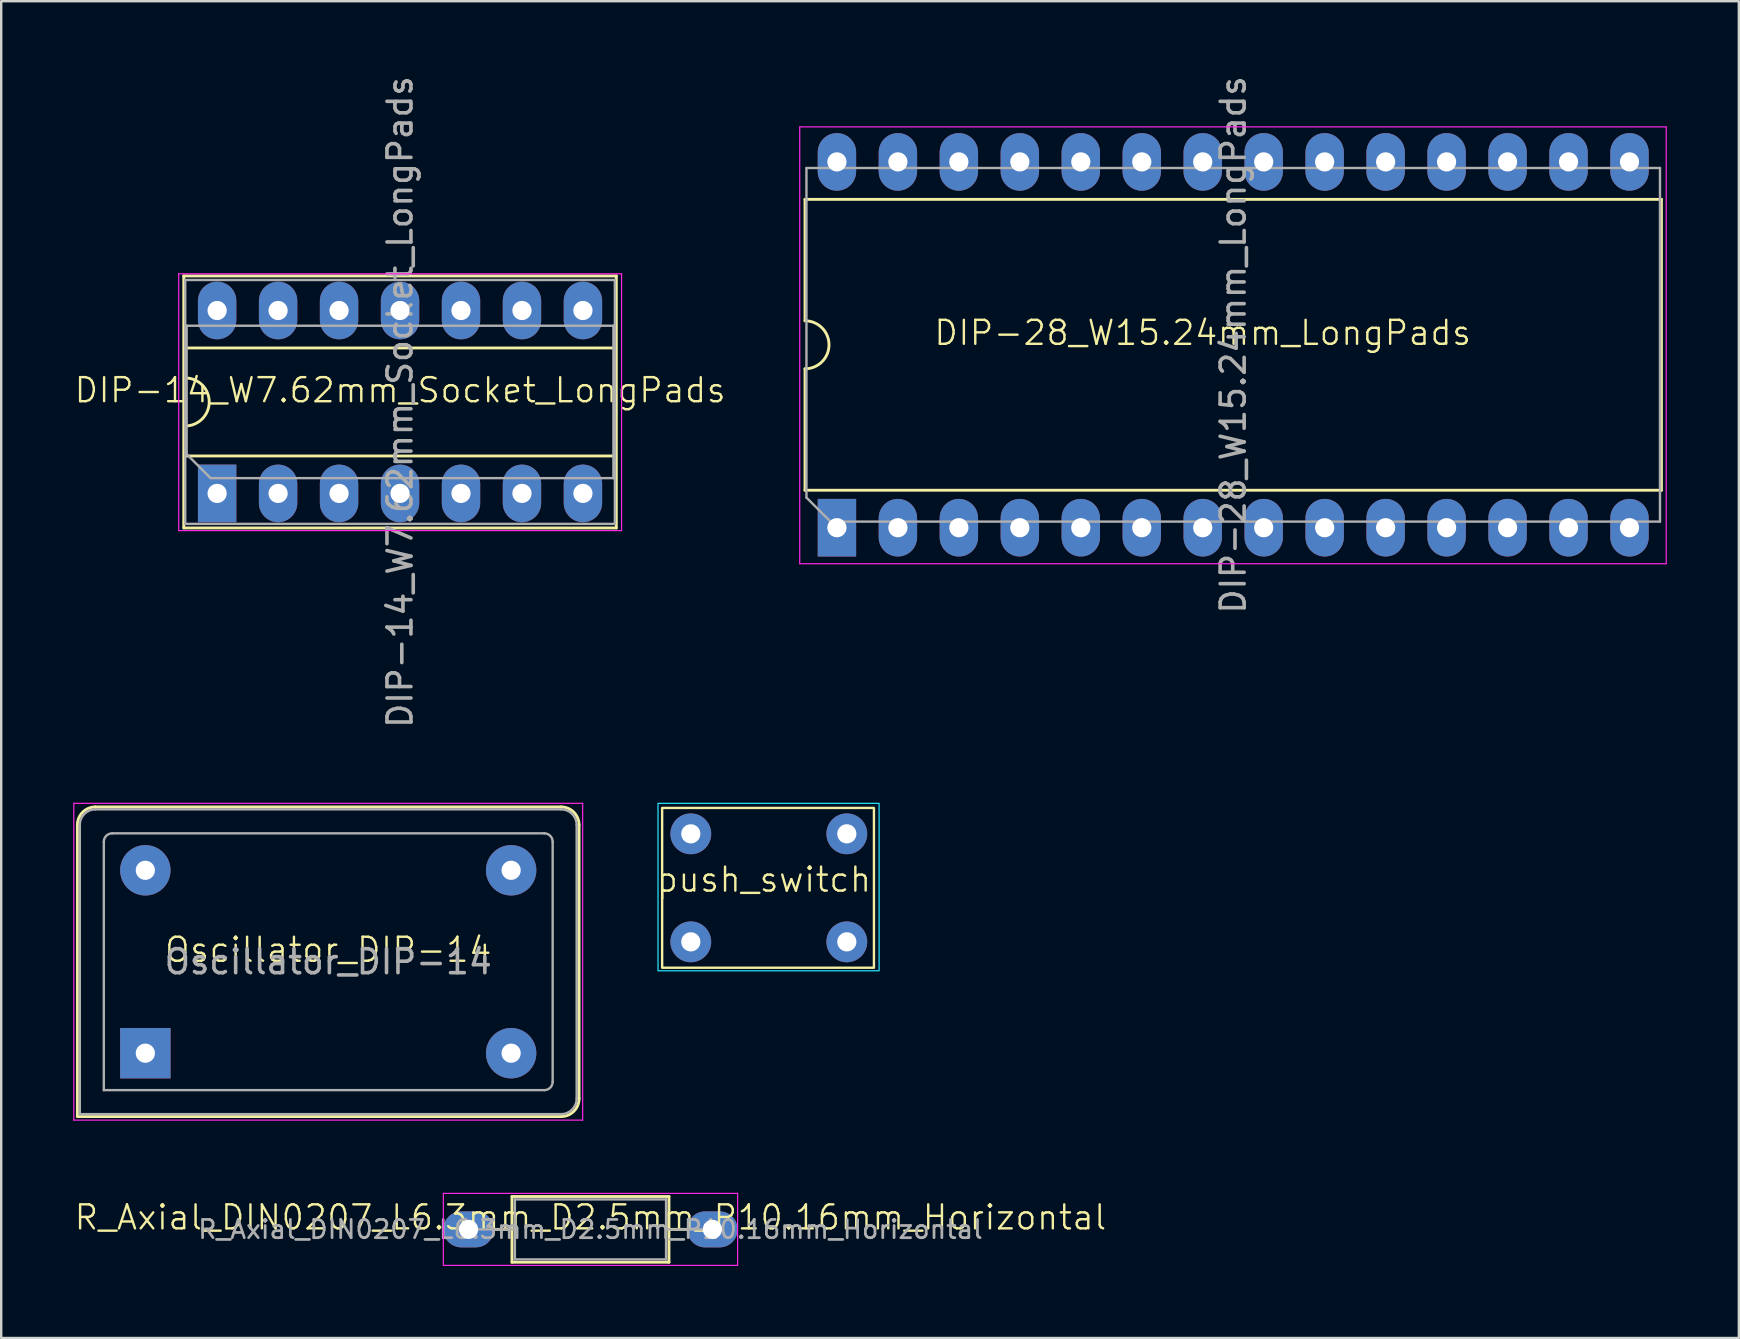
<source format=kicad_pcb>
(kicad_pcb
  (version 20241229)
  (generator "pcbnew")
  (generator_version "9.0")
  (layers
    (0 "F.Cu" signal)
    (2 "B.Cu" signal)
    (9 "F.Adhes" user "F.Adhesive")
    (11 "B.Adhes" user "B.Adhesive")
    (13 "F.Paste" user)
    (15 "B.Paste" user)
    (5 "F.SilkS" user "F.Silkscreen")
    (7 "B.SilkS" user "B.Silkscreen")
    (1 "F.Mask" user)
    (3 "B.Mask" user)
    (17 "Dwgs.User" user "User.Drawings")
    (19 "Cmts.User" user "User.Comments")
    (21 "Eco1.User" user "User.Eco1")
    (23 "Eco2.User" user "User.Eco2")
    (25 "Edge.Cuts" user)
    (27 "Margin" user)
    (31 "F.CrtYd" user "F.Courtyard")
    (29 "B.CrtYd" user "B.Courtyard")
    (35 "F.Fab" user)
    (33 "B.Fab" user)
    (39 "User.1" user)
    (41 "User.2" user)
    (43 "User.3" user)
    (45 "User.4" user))
  (footprint "R_Axial_DIN0207_L6.3mm_D2.5mm_P10.16mm_Horizontal"
    (layer "F.Cu")
    (at 21.55 48.168)
    (property "Reference" "R_Axial_DIN0207_L6.3mm_D2.5mm_P10.16mm_Horizontal" (at 0 -0.5 0) (unlocked yes) (layer "F.SilkS") (effects (font (size 1 1) (thickness 0.1))))
    (attr through_hole)
    (fp_line (start -4.04 0) (end -3.27 0) (stroke (width 0.12) (type solid)) (layer "F.SilkS"))
    (fp_line (start -3.27 -1.37) (end -3.27 1.37) (stroke (width 0.12) (type solid)) (layer "F.SilkS"))
    (fp_line (start -3.27 1.37) (end 3.27 1.37) (stroke (width 0.12) (type solid)) (layer "F.SilkS"))
    (fp_line (start 3.27 -1.37) (end -3.27 -1.37) (stroke (width 0.12) (type solid)) (layer "F.SilkS"))
    (fp_line (start 3.27 1.37) (end 3.27 -1.37) (stroke (width 0.12) (type solid)) (layer "F.SilkS"))
    (fp_line (start 4.04 0) (end 3.27 0) (stroke (width 0.12) (type solid)) (layer "F.SilkS"))
    (fp_line (start -6.13 -1.5) (end -6.13 1.5) (stroke (width 0.05) (type solid)) (layer "F.CrtYd"))
    (fp_line (start -6.13 1.5) (end 6.13 1.5) (stroke (width 0.05) (type solid)) (layer "F.CrtYd"))
    (fp_line (start 6.13 -1.5) (end -6.13 -1.5) (stroke (width 0.05) (type solid)) (layer "F.CrtYd"))
    (fp_line (start 6.13 1.5) (end 6.13 -1.5) (stroke (width 0.05) (type solid)) (layer "F.CrtYd"))
    (fp_line (start -5.08 0) (end -3.15 0) (stroke (width 0.1) (type solid)) (layer "F.Fab"))
    (fp_line (start -3.15 -1.25) (end -3.15 1.25) (stroke (width 0.1) (type solid)) (layer "F.Fab"))
    (fp_line (start -3.15 1.25) (end 3.15 1.25) (stroke (width 0.1) (type solid)) (layer "F.Fab"))
    (fp_line (start 3.15 -1.25) (end -3.15 -1.25) (stroke (width 0.1) (type solid)) (layer "F.Fab"))
    (fp_line (start 3.15 1.25) (end 3.15 -1.25) (stroke (width 0.1) (type solid)) (layer "F.Fab"))
    (fp_line (start 5.08 0) (end 3.15 0) (stroke (width 0.1) (type solid)) (layer "F.Fab"))
    (fp_text user "${REFERENCE}" (at 0 0 180) (layer "F.Fab") (effects (font (size 0.76 0.76) (thickness 0.114))))
    (pad "1" thru_hole oval (at 5.08 0 180) (size 2.1 1.5) (drill 0.8) (layers "*.Cu" "*.Mask"))
    (pad "2" thru_hole oval (at -5.08 0 180) (size 2.1 1.5) (drill 0.8) (layers "*.Cu" "*.Mask")))
  (footprint "push_switch"
    (layer "F.Cu")
    (at 28.776 34.096)
    (property "Reference" "push_switch" (at 0 -0.5 0) (unlocked yes) (layer "F.SilkS") (effects (font (size 1 1) (thickness 0.1))))
    (attr through_hole)
    (fp_rect (start -4.24 -3.485) (end 4.584 3.171) (stroke (width 0.1) (type default)) (fill no) (layer "F.SilkS"))
    (fp_rect (start -4.412 -3.678) (end 4.799 3.3) (stroke (width 0.05) (type default)) (fill no) (layer "B.CrtYd"))
    (pad "1" thru_hole circle (at -3.046 -2.407) (size 1.7 1.7) (drill 0.8) (layers "*.Cu" "*.Mask"))
    (pad "1" thru_hole circle (at 3.454 -2.407) (size 1.7 1.7) (drill 0.8) (layers "*.Cu" "*.Mask"))
    (pad "2" thru_hole circle (at -3.046 2.093) (size 1.7 1.7) (drill 0.8) (layers "*.Cu" "*.Mask"))
    (pad "2" thru_hole circle (at 3.454 2.093) (size 1.7 1.7) (drill 0.8) (layers "*.Cu" "*.Mask")))
  (footprint "DIP-28_W15.24mm_LongPads"
    (layer "F.Cu")
    (at 47.058 11.315)
    (property "Reference" "DIP-28_W15.24mm_LongPads" (at 0 -0.5 0) (unlocked yes) (layer "F.SilkS") (effects (font (size 1 1) (thickness 0.1))))
    (attr through_hole)
    (fp_line (start -16.57 -6.06) (end -16.57 -1) (stroke (width 0.12) (type solid)) (layer "F.SilkS"))
    (fp_line (start -16.57 1) (end -16.57 6.06) (stroke (width 0.12) (type solid)) (layer "F.SilkS"))
    (fp_line (start -16.57 6.06) (end 19.11 6.06) (stroke (width 0.12) (type solid)) (layer "F.SilkS"))
    (fp_line (start 19.11 -6.06) (end -16.57 -6.06) (stroke (width 0.12) (type solid)) (layer "F.SilkS"))
    (fp_line (start 19.11 6.06) (end 19.11 -6.06) (stroke (width 0.12) (type solid)) (layer "F.SilkS"))
    (fp_arc (start -16.57 -1) (mid -15.57 0) (end -16.57 1) (stroke (width 0.12) (type solid)) (layer "F.SilkS"))
    (fp_line (start -16.79 -9.08) (end -16.79 9.12) (stroke (width 0.05) (type solid)) (layer "F.CrtYd"))
    (fp_line (start -16.79 9.12) (end 19.31 9.12) (stroke (width 0.05) (type solid)) (layer "F.CrtYd"))
    (fp_line (start 19.31 -9.08) (end -16.79 -9.08) (stroke (width 0.05) (type solid)) (layer "F.CrtYd"))
    (fp_line (start 19.31 9.12) (end 19.31 -9.08) (stroke (width 0.05) (type solid)) (layer "F.CrtYd"))
    (fp_line (start -16.51 -7.365) (end 19.05 -7.365) (stroke (width 0.1) (type solid)) (layer "F.Fab"))
    (fp_line (start -16.51 6.365) (end -16.51 -7.365) (stroke (width 0.1) (type solid)) (layer "F.Fab"))
    (fp_line (start -15.51 7.365) (end -16.51 6.365) (stroke (width 0.1) (type solid)) (layer "F.Fab"))
    (fp_line (start 19.05 -7.365) (end 19.05 7.365) (stroke (width 0.1) (type solid)) (layer "F.Fab"))
    (fp_line (start 19.05 7.365) (end -15.51 7.365) (stroke (width 0.1) (type solid)) (layer "F.Fab"))
    (fp_text user "${REFERENCE}" (at 1.27 0 90) (layer "F.Fab") (effects (font (size 1 1) (thickness 0.15))))
    (pad "1" thru_hole rect (at -15.24 7.62 90) (size 2.4 1.6) (drill 0.8) (layers "*.Cu" "*.Mask"))
    (pad "2" thru_hole oval (at -12.7 7.62 90) (size 2.4 1.6) (drill 0.8) (layers "*.Cu" "*.Mask"))
    (pad "3" thru_hole oval (at -10.16 7.62 90) (size 2.4 1.6) (drill 0.8) (layers "*.Cu" "*.Mask"))
    (pad "4" thru_hole oval (at -7.62 7.62 90) (size 2.4 1.6) (drill 0.8) (layers "*.Cu" "*.Mask"))
    (pad "5" thru_hole oval (at -5.08 7.62 90) (size 2.4 1.6) (drill 0.8) (layers "*.Cu" "*.Mask"))
    (pad "6" thru_hole oval (at -2.54 7.62 90) (size 2.4 1.6) (drill 0.8) (layers "*.Cu" "*.Mask"))
    (pad "7" thru_hole oval (at 0 7.62 90) (size 2.4 1.6) (drill 0.8) (layers "*.Cu" "*.Mask"))
    (pad "8" thru_hole oval (at 2.54 7.62 90) (size 2.4 1.6) (drill 0.8) (layers "*.Cu" "*.Mask"))
    (pad "9" thru_hole oval (at 5.08 7.62 90) (size 2.4 1.6) (drill 0.8) (layers "*.Cu" "*.Mask"))
    (pad "10" thru_hole oval (at 7.62 7.62 90) (size 2.4 1.6) (drill 0.8) (layers "*.Cu" "*.Mask"))
    (pad "11" thru_hole oval (at 10.16 7.62 90) (size 2.4 1.6) (drill 0.8) (layers "*.Cu" "*.Mask"))
    (pad "12" thru_hole oval (at 12.7 7.62 90) (size 2.4 1.6) (drill 0.8) (layers "*.Cu" "*.Mask"))
    (pad "13" thru_hole oval (at 15.24 7.62 90) (size 2.4 1.6) (drill 0.8) (layers "*.Cu" "*.Mask"))
    (pad "14" thru_hole oval (at 17.78 7.62 90) (size 2.4 1.6) (drill 0.8) (layers "*.Cu" "*.Mask"))
    (pad "15" thru_hole oval (at 17.78 -7.62 90) (size 2.4 1.6) (drill 0.8) (layers "*.Cu" "*.Mask"))
    (pad "16" thru_hole oval (at 15.24 -7.62 90) (size 2.4 1.6) (drill 0.8) (layers "*.Cu" "*.Mask"))
    (pad "17" thru_hole oval (at 12.7 -7.62 90) (size 2.4 1.6) (drill 0.8) (layers "*.Cu" "*.Mask"))
    (pad "18" thru_hole oval (at 10.16 -7.62 90) (size 2.4 1.6) (drill 0.8) (layers "*.Cu" "*.Mask"))
    (pad "19" thru_hole oval (at 7.62 -7.62 90) (size 2.4 1.6) (drill 0.8) (layers "*.Cu" "*.Mask"))
    (pad "20" thru_hole oval (at 5.08 -7.62 90) (size 2.4 1.6) (drill 0.8) (layers "*.Cu" "*.Mask"))
    (pad "21" thru_hole oval (at 2.54 -7.62 90) (size 2.4 1.6) (drill 0.8) (layers "*.Cu" "*.Mask"))
    (pad "22" thru_hole oval (at 0 -7.62 90) (size 2.4 1.6) (drill 0.8) (layers "*.Cu" "*.Mask"))
    (pad "23" thru_hole oval (at -2.54 -7.62 90) (size 2.4 1.6) (drill 0.8) (layers "*.Cu" "*.Mask"))
    (pad "24" thru_hole oval (at -5.08 -7.62 90) (size 2.4 1.6) (drill 0.8) (layers "*.Cu" "*.Mask"))
    (pad "25" thru_hole oval (at -7.62 -7.62 90) (size 2.4 1.6) (drill 0.8) (layers "*.Cu" "*.Mask"))
    (pad "26" thru_hole oval (at -10.16 -7.62 90) (size 2.4 1.6) (drill 0.8) (layers "*.Cu" "*.Mask"))
    (pad "27" thru_hole oval (at -12.7 -7.62 90) (size 2.4 1.6) (drill 0.8) (layers "*.Cu" "*.Mask"))
    (pad "28" thru_hole oval (at -15.24 -7.62 90) (size 2.4 1.6) (drill 0.8) (layers "*.Cu" "*.Mask")))
  (footprint "DIP-14_W7.62mm_Socket_LongPads"
    (layer "F.Cu")
    (at 13.621 13.706)
    (property "Reference" "DIP-14_W7.62mm_Socket_LongPads" (at 0 -0.5 0) (unlocked yes) (layer "F.SilkS") (effects (font (size 1 1) (thickness 0.1))))
    (attr through_hole)
    (fp_line (start -9.015 -5.26) (end -9.015 5.24) (stroke (width 0.12) (type solid)) (layer "F.SilkS"))
    (fp_line (start -9.015 5.24) (end 9.005 5.24) (stroke (width 0.12) (type solid)) (layer "F.SilkS"))
    (fp_line (start -8.955 -2.26) (end -8.955 -1.01) (stroke (width 0.12) (type solid)) (layer "F.SilkS"))
    (fp_line (start -8.955 0.99) (end -8.955 2.24) (stroke (width 0.12) (type solid)) (layer "F.SilkS"))
    (fp_line (start -8.955 2.24) (end 8.945 2.24) (stroke (width 0.12) (type solid)) (layer "F.SilkS"))
    (fp_line (start 8.945 -2.26) (end -8.955 -2.26) (stroke (width 0.12) (type solid)) (layer "F.SilkS"))
    (fp_line (start 8.945 2.24) (end 8.945 -2.26) (stroke (width 0.12) (type solid)) (layer "F.SilkS"))
    (fp_line (start 9.005 -5.26) (end -9.015 -5.26) (stroke (width 0.12) (type solid)) (layer "F.SilkS"))
    (fp_line (start 9.005 5.24) (end 9.005 -5.26) (stroke (width 0.12) (type solid)) (layer "F.SilkS"))
    (fp_arc (start -8.955 -1.01) (mid -7.955 -0.01) (end -8.955 0.99) (stroke (width 0.12) (type solid)) (layer "F.SilkS"))
    (fp_line (start -9.225 -5.35) (end -9.225 5.35) (stroke (width 0.05) (type solid)) (layer "F.CrtYd"))
    (fp_line (start -9.225 5.35) (end 9.225 5.35) (stroke (width 0.05) (type solid)) (layer "F.CrtYd"))
    (fp_line (start 9.225 -5.35) (end -9.225 -5.35) (stroke (width 0.05) (type solid)) (layer "F.CrtYd"))
    (fp_line (start 9.225 5.35) (end 9.225 -5.35) (stroke (width 0.05) (type solid)) (layer "F.CrtYd"))
    (fp_line (start -8.955 -5.09) (end -8.955 5.07) (stroke (width 0.1) (type solid)) (layer "F.Fab"))
    (fp_line (start -8.955 5.07) (end 8.945 5.07) (stroke (width 0.1) (type solid)) (layer "F.Fab"))
    (fp_line (start -8.895 -3.185) (end 8.885 -3.185) (stroke (width 0.1) (type solid)) (layer "F.Fab"))
    (fp_line (start -8.895 2.165) (end -8.895 -3.185) (stroke (width 0.1) (type solid)) (layer "F.Fab"))
    (fp_line (start -7.895 3.165) (end -8.895 2.165) (stroke (width 0.1) (type solid)) (layer "F.Fab"))
    (fp_line (start 8.885 -3.185) (end 8.885 3.165) (stroke (width 0.1) (type solid)) (layer "F.Fab"))
    (fp_line (start 8.885 3.165) (end -7.895 3.165) (stroke (width 0.1) (type solid)) (layer "F.Fab"))
    (fp_line (start 8.945 -5.09) (end -8.955 -5.09) (stroke (width 0.1) (type solid)) (layer "F.Fab"))
    (fp_line (start 8.945 5.07) (end 8.945 -5.09) (stroke (width 0.1) (type solid)) (layer "F.Fab"))
    (fp_text user "${REFERENCE}" (at -0.005 -0.01 90) (layer "F.Fab") (effects (font (size 1 1) (thickness 0.15))))
    (pad "1" thru_hole rect (at -7.625 3.8 90) (size 2.4 1.6) (drill 0.8) (layers "*.Cu" "*.Mask"))
    (pad "2" thru_hole oval (at -5.085 3.8 90) (size 2.4 1.6) (drill 0.8) (layers "*.Cu" "*.Mask"))
    (pad "3" thru_hole oval (at -2.545 3.8 90) (size 2.4 1.6) (drill 0.8) (layers "*.Cu" "*.Mask"))
    (pad "4" thru_hole oval (at -0.005 3.8 90) (size 2.4 1.6) (drill 0.8) (layers "*.Cu" "*.Mask"))
    (pad "5" thru_hole oval (at 2.535 3.8 90) (size 2.4 1.6) (drill 0.8) (layers "*.Cu" "*.Mask"))
    (pad "6" thru_hole oval (at 5.075 3.8 90) (size 2.4 1.6) (drill 0.8) (layers "*.Cu" "*.Mask"))
    (pad "7" thru_hole oval (at 7.615 3.8 90) (size 2.4 1.6) (drill 0.8) (layers "*.Cu" "*.Mask"))
    (pad "8" thru_hole oval (at 7.615 -3.82 90) (size 2.4 1.6) (drill 0.8) (layers "*.Cu" "*.Mask"))
    (pad "9" thru_hole oval (at 5.075 -3.82 90) (size 2.4 1.6) (drill 0.8) (layers "*.Cu" "*.Mask"))
    (pad "10" thru_hole oval (at 2.535 -3.82 90) (size 2.4 1.6) (drill 0.8) (layers "*.Cu" "*.Mask"))
    (pad "11" thru_hole oval (at -0.005 -3.82 90) (size 2.4 1.6) (drill 0.8) (layers "*.Cu" "*.Mask"))
    (pad "12" thru_hole oval (at -2.545 -3.82 90) (size 2.4 1.6) (drill 0.8) (layers "*.Cu" "*.Mask"))
    (pad "13" thru_hole oval (at -5.085 -3.82 90) (size 2.4 1.6) (drill 0.8) (layers "*.Cu" "*.Mask"))
    (pad "14" thru_hole oval (at -7.625 -3.82 90) (size 2.4 1.6) (drill 0.8) (layers "*.Cu" "*.Mask")))
  (footprint "Oscillator_DIP-14"
    (layer "F.Cu")
    (at 10.625 37.018)
    (property "Reference" "Oscillator_DIP-14" (at 0 -0.5 0) (unlocked yes) (layer "F.SilkS") (effects (font (size 1 1) (thickness 0.1))))
    (attr through_hole)
    (fp_line (start -10.45 -5.7) (end -10.45 6.45) (stroke (width 0.12) (type solid)) (layer "F.SilkS"))
    (fp_line (start -10.45 6.45) (end 9.7 6.45) (stroke (width 0.12) (type solid)) (layer "F.SilkS"))
    (fp_line (start 9.7 -6.45) (end -9.7 -6.45) (stroke (width 0.12) (type solid)) (layer "F.SilkS"))
    (fp_line (start 10.45 5.7) (end 10.45 -5.7) (stroke (width 0.12) (type solid)) (layer "F.SilkS"))
    (fp_arc (start -10.45 -5.7) (mid -10.23033 -6.23033) (end -9.7 -6.45) (stroke (width 0.12) (type solid)) (layer "F.SilkS"))
    (fp_arc (start 9.7 -6.45) (mid 10.23033 -6.23033) (end 10.45 -5.7) (stroke (width 0.12) (type solid)) (layer "F.SilkS"))
    (fp_arc (start 10.45 5.7) (mid 10.23033 6.23033) (end 9.7 6.45) (stroke (width 0.12) (type solid)) (layer "F.SilkS"))
    (fp_line (start -10.6 -6.6) (end -10.6 6.6) (stroke (width 0.05) (type solid)) (layer "F.CrtYd"))
    (fp_line (start -10.6 6.6) (end 10.6 6.6) (stroke (width 0.05) (type solid)) (layer "F.CrtYd"))
    (fp_line (start 10.6 -6.6) (end -10.6 -6.6) (stroke (width 0.05) (type solid)) (layer "F.CrtYd"))
    (fp_line (start 10.6 6.6) (end 10.6 -6.6) (stroke (width 0.05) (type solid)) (layer "F.CrtYd"))
    (fp_line (start -10.35 6.35) (end -10.35 -5.7) (stroke (width 0.1) (type solid)) (layer "F.Fab"))
    (fp_line (start -10.35 6.35) (end 9.7 6.35) (stroke (width 0.1) (type solid)) (layer "F.Fab"))
    (fp_line (start -9.7 -6.35) (end 9.7 -6.35) (stroke (width 0.1) (type solid)) (layer "F.Fab"))
    (fp_line (start -9.35 5.35) (end -9.35 -5) (stroke (width 0.1) (type solid)) (layer "F.Fab"))
    (fp_line (start -9.35 5.35) (end 9 5.35) (stroke (width 0.1) (type solid)) (layer "F.Fab"))
    (fp_line (start -9 -5.35) (end 9 -5.35) (stroke (width 0.1) (type solid)) (layer "F.Fab"))
    (fp_line (start 9.35 5) (end 9.35 -5) (stroke (width 0.1) (type solid)) (layer "F.Fab"))
    (fp_line (start 10.35 -5.7) (end 10.35 5.7) (stroke (width 0.1) (type solid)) (layer "F.Fab"))
    (fp_arc (start -10.35 -5.7) (mid -10.159619 -6.159619) (end -9.7 -6.35) (stroke (width 0.1) (type solid)) (layer "F.Fab"))
    (fp_arc (start -9.35 -5) (mid -9.247487 -5.247487) (end -9 -5.35) (stroke (width 0.1) (type solid)) (layer "F.Fab"))
    (fp_arc (start 9 -5.35) (mid 9.247487 -5.247487) (end 9.35 -5) (stroke (width 0.1) (type solid)) (layer "F.Fab"))
    (fp_arc (start 9.35 5) (mid 9.247487 5.247487) (end 9 5.35) (stroke (width 0.1) (type solid)) (layer "F.Fab"))
    (fp_arc (start 9.7 -6.35) (mid 10.159619 -6.159619) (end 10.35 -5.7) (stroke (width 0.1) (type solid)) (layer "F.Fab"))
    (fp_arc (start 10.35 5.7) (mid 10.159619 6.159619) (end 9.7 6.35) (stroke (width 0.1) (type solid)) (layer "F.Fab"))
    (fp_text user "${REFERENCE}" (at 0 0 0) (layer "F.Fab") (effects (font (size 1 1) (thickness 0.15))))
    (pad "1" thru_hole rect (at -7.62 3.81) (size 2.1 2.1) (drill 0.8) (layers "*.Cu" "*.Mask"))
    (pad "7" thru_hole circle (at 7.62 3.81) (size 2.1 2.1) (drill 0.8) (layers "*.Cu" "*.Mask"))
    (pad "8" thru_hole circle (at 7.62 -3.81) (size 2.1 2.1) (drill 0.8) (layers "*.Cu" "*.Mask"))
    (pad "14" thru_hole circle (at -7.62 -3.81) (size 2.1 2.1) (drill 0.8) (layers "*.Cu" "*.Mask")))
  (gr_rect
    (start -3 -3)
    (end 69.393 52.693)
    (stroke (width 0.1) (type default))
    (fill no)
    (layer "Edge.Cuts")))
</source>
